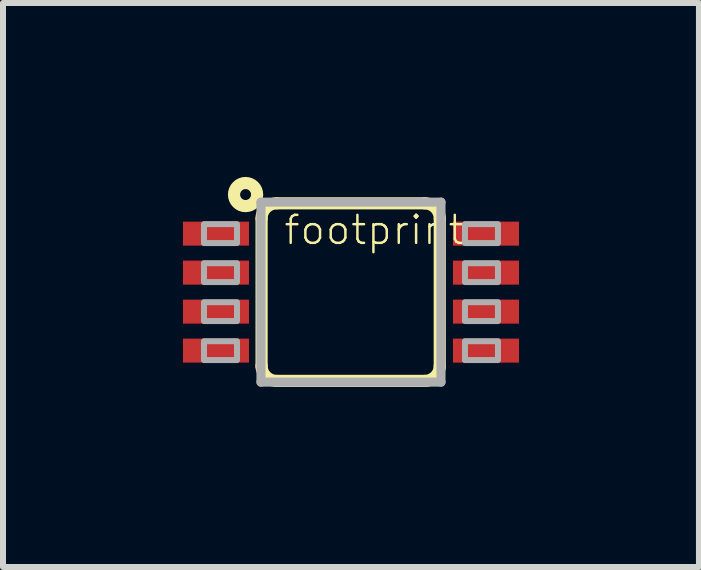
<source format=kicad_pcb>
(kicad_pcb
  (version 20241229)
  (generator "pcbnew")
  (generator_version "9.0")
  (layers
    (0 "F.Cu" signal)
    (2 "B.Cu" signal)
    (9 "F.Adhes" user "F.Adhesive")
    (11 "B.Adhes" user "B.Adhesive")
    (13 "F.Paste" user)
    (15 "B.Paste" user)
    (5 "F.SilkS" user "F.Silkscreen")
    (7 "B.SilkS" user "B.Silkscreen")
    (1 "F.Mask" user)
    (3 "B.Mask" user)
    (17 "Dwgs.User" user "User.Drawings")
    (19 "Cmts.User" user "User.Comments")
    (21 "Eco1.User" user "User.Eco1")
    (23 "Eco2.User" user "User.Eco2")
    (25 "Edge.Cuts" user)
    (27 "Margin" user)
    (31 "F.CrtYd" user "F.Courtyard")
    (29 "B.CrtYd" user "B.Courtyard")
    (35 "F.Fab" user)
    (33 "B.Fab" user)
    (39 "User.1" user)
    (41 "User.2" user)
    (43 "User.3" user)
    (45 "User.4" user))
  (footprint "footprint"
    (layer "F.Cu")
    (at 2.8 1.819)
    (property "Reference" "footprint" (at -1.143 -0.762 0) (layer "F.SilkS") (effects (font (size 0.467 0.467) (thickness 0.041)) (justify left bottom)))
    (fp_line (start -1.49 1.24) (end -1.49 -1.22) (stroke (width 0.203) (type solid)) (layer "F.SilkS"))
    (fp_line (start -1.24 1.48) (end 1.23 1.48) (stroke (width 0.203) (type solid)) (layer "F.SilkS"))
    (fp_line (start 1.23 -1.48) (end -1.23 -1.48) (stroke (width 0.203) (type solid)) (layer "F.SilkS"))
    (fp_line (start 1.48 -1.22) (end 1.48 1.24) (stroke (width 0.203) (type solid)) (layer "F.SilkS"))
    (fp_arc (start -1.49 -1.23) (mid -1.416777 -1.406777) (end -1.24 -1.48) (stroke (width 0.2032) (type solid)) (layer "F.SilkS"))
    (fp_arc (start -1.24 1.48) (mid -1.416777 1.406777) (end -1.49 1.23) (stroke (width 0.2032) (type solid)) (layer "F.SilkS"))
    (fp_arc (start 1.23 -1.48) (mid 1.406777 -1.406777) (end 1.48 -1.23) (stroke (width 0.2032) (type solid)) (layer "F.SilkS"))
    (fp_arc (start 1.48 1.23) (mid 1.406777 1.406777) (end 1.23 1.48) (stroke (width 0.2032) (type solid)) (layer "F.SilkS"))
    (fp_circle (center -1.757 -1.626) (end -1.666 -1.626) (stroke (width 0.203) (type solid)) (fill no) (layer "F.SilkS"))
    (fp_line (start -1.5 -1.5) (end 1.5 -1.5) (stroke (width 0.152) (type solid)) (layer "F.Fab"))
    (fp_line (start -1.5 1.5) (end -1.5 -1.5) (stroke (width 0.152) (type solid)) (layer "F.Fab"))
    (fp_line (start -1.5 1.5) (end 1.5 1.5) (stroke (width 0.152) (type solid)) (layer "F.Fab"))
    (fp_line (start 1.5 1.5) (end 1.5 -1.5) (stroke (width 0.152) (type solid)) (layer "F.Fab"))
    (fp_poly (pts (xy -2.45 -0.818) (xy -1.9 -0.818) (xy -1.9 -1.133) (xy -2.45 -1.133)) (stroke (width 0.1) (type solid)) (fill no) (layer "F.Fab"))
    (fp_poly (pts (xy -2.45 -0.168) (xy -1.9 -0.168) (xy -1.9 -0.482) (xy -2.45 -0.482)) (stroke (width 0.1) (type solid)) (fill no) (layer "F.Fab"))
    (fp_poly (pts (xy -2.45 0.482) (xy -1.9 0.482) (xy -1.9 0.168) (xy -2.45 0.168)) (stroke (width 0.1) (type solid)) (fill no) (layer "F.Fab"))
    (fp_poly (pts (xy -2.45 1.133) (xy -1.9 1.133) (xy -1.9 0.818) (xy -2.45 0.818)) (stroke (width 0.1) (type solid)) (fill no) (layer "F.Fab"))
    (fp_poly (pts (xy 1.9 -0.818) (xy 2.45 -0.818) (xy 2.45 -1.133) (xy 1.9 -1.133)) (stroke (width 0.1) (type solid)) (fill no) (layer "F.Fab"))
    (fp_poly (pts (xy 1.9 -0.168) (xy 2.45 -0.168) (xy 2.45 -0.482) (xy 1.9 -0.482)) (stroke (width 0.1) (type solid)) (fill no) (layer "F.Fab"))
    (fp_poly (pts (xy 1.9 0.482) (xy 2.45 0.482) (xy 2.45 0.168) (xy 1.9 0.168)) (stroke (width 0.1) (type solid)) (fill no) (layer "F.Fab"))
    (fp_poly (pts (xy 1.9 1.133) (xy 2.45 1.133) (xy 2.45 0.818) (xy 1.9 0.818)) (stroke (width 0.1) (type solid)) (fill no) (layer "F.Fab"))
    (pad "1" smd rect (at -2.25 -0.975 270) (size 0.4 1.1) (layers "F.Cu" "F.Mask" "F.Paste"))
    (pad "2" smd rect (at -2.25 -0.325 270) (size 0.4 1.1) (layers "F.Cu" "F.Mask" "F.Paste"))
    (pad "3" smd rect (at -2.25 0.325 270) (size 0.4 1.1) (layers "F.Cu" "F.Mask" "F.Paste"))
    (pad "4" smd rect (at -2.25 0.975 270) (size 0.4 1.1) (layers "F.Cu" "F.Mask" "F.Paste"))
    (pad "5" smd rect (at 2.25 0.975 270) (size 0.4 1.1) (layers "F.Cu" "F.Mask" "F.Paste"))
    (pad "6" smd rect (at 2.25 0.325 270) (size 0.4 1.1) (layers "F.Cu" "F.Mask" "F.Paste"))
    (pad "7" smd rect (at 2.25 -0.325 270) (size 0.4 1.1) (layers "F.Cu" "F.Mask" "F.Paste"))
    (pad "8" smd rect (at 2.25 -0.975 270) (size 0.4 1.1) (layers "F.Cu" "F.Mask" "F.Paste")))
  (gr_rect
    (start -3 -3)
    (end 8.6 6.4)
    (stroke (width 0.1) (type default))
    (fill no)
    (layer "Edge.Cuts")))
</source>
